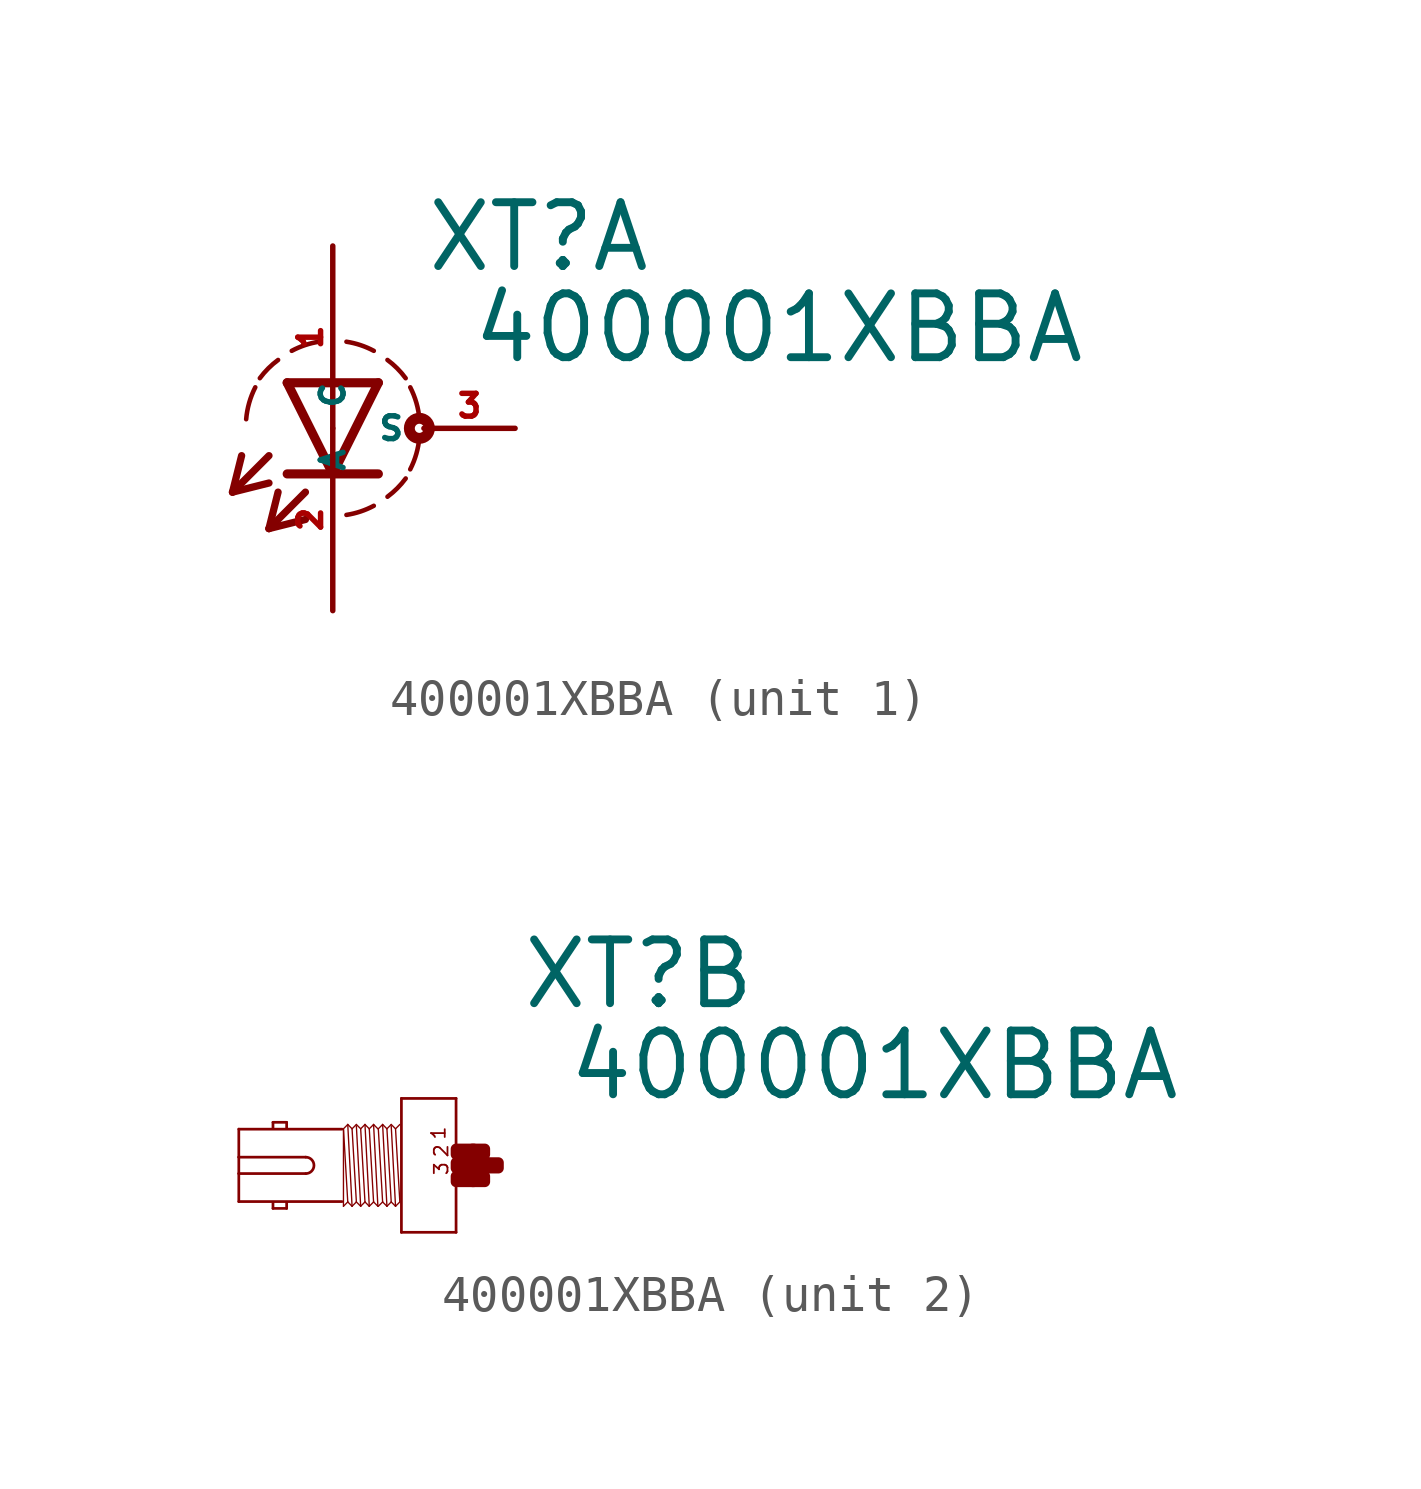
<source format=kicad_sym>
(kicad_symbol_lib
  (version 20220914)
  (generator Eagle2Kicad)
  (symbol "400001XBBA"
    (property "Reference" "XT"
      (at 2.54 4.293 0)
      (effects (font (size 1.778 1.778) (thickness 0.22)) (justify left bottom)))
    (property "Value" "400001XBBA"
      (at 3.81 1.753 0)
      (effects (font (size 1.778 1.778) (thickness 0.22)) (justify left bottom)))
    (symbol "400001XBBA_1_0"
      (polyline (pts (xy -1.27 1.27) (xy 0 -1.27)) (stroke (width 0.254) (type default)) (fill (type none)))
      (polyline (pts (xy 0 -1.27) (xy 1.27 1.27)) (stroke (width 0.254) (type default)) (fill (type none)))
      (polyline (pts (xy 1.27 -1.27) (xy 0 -1.27)) (stroke (width 0.254) (type default)) (fill (type none)))
      (polyline (pts (xy 1.27 1.27) (xy -1.27 1.27)) (stroke (width 0.254) (type default)) (fill (type none)))
      (polyline (pts (xy 0 -1.27) (xy -1.27 -1.27)) (stroke (width 0.254) (type default)) (fill (type none)))
      (polyline (pts (xy -1.778 -0.762) (xy -2.794 -1.778)) (stroke (width 0.203) (type default)) (fill (type none)))
      (polyline (pts (xy -2.794 -1.778) (xy -1.778 -1.524)) (stroke (width 0.203) (type default)) (fill (type none)))
      (polyline (pts (xy -2.794 -1.778) (xy -2.54 -0.762)) (stroke (width 0.203) (type default)) (fill (type none)))
      (polyline (pts (xy -0.762 -1.778) (xy -1.778 -2.794)) (stroke (width 0.203) (type default)) (fill (type none)))
      (polyline (pts (xy -1.778 -2.794) (xy -0.762 -2.54)) (stroke (width 0.203) (type default)) (fill (type none)))
      (polyline (pts (xy -1.778 -2.794) (xy -1.524 -1.778)) (stroke (width 0.203) (type default)) (fill (type none)))
      (arc (start 0.381 -2.413) (mid 0.773 -2.318) (end 1.143 -2.159) (stroke (width 0.127) (type default)) (fill (type none)))
      (arc (start 2.159 -1.143) (mid 2.329 -0.711) (end 2.413 -0.254) (stroke (width 0.127) (type default)) (fill (type none)))
      (arc (start 2.413 0.254) (mid 2.329 0.711) (end 2.159 1.143) (stroke (width 0.127) (type default)) (fill (type none)))
      (arc (start 2.032 1.397) (mid 1.797 1.670) (end 1.524 1.905) (stroke (width 0.127) (type default)) (fill (type none)))
      (arc (start 1.143 2.159) (mid 0.773 2.318) (end 0.381 2.413) (stroke (width 0.127) (type default)) (fill (type none)))
      (arc (start 1.524 -1.905) (mid 1.797 -1.670) (end 2.032 -1.397) (stroke (width 0.127) (type default)) (fill (type none)))
      (arc (start -0.381 2.413) (mid -0.773 2.318) (end -1.143 2.159) (stroke (width 0.127) (type default)) (fill (type none)))
      (arc (start -1.524 1.905) (mid -1.797 1.670) (end -2.032 1.397) (stroke (width 0.127) (type default)) (fill (type none)))
      (arc (start -2.159 1.143) (mid -2.329 0.711) (end -2.413 0.254) (stroke (width 0.127) (type default)) (fill (type none)))
      (circle (center 2.413 0) (radius 0.127) (stroke (width 0.305) (type default)) (fill (type none)))
      (pin passive line (at 0 5.08 270) (length 5.08) (name "A" (effects (font (size 0.635 0.635) (thickness 0.08)) (justify left bottom))) (number "1" (effects (font (size 0.635 0.635) (thickness 0.08)) (justify left bottom))))
      (pin passive line (at 0 -5.08 90) (length 5.08) (name "C" (effects (font (size 0.635 0.635) (thickness 0.08)) (justify left bottom))) (number "2" (effects (font (size 0.635 0.635) (thickness 0.08)) (justify left bottom))))
      (pin passive line (at 5.08 0 180) (length 2.54) (name "S" (effects (font (size 0.635 0.635) (thickness 0.08)) (justify left bottom))) (number "3" (effects (font (size 0.635 0.635) (thickness 0.08)) (justify left bottom)))))
    (symbol "400001XBBA_2_0"
      (polyline (pts (xy 0.762 1.867) (xy 0.762 -1.867)) (stroke (width 0.076) (type default)) (fill (type none)))
      (polyline (pts (xy 0.762 -1.867) (xy -0.762 -1.867)) (stroke (width 0.076) (type default)) (fill (type none)))
      (polyline (pts (xy -0.762 -1.867) (xy -0.762 1.867)) (stroke (width 0.076) (type default)) (fill (type none)))
      (polyline (pts (xy -0.762 1.867) (xy 0.762 1.867)) (stroke (width 0.076) (type default)) (fill (type none)))
      (polyline (pts (xy -2.419 1.01) (xy -5.296 1.01)) (stroke (width 0.076) (type default)) (fill (type none)))
      (polyline (pts (xy -5.296 1.01) (xy -5.296 0.229)) (stroke (width 0.076) (type default)) (fill (type none)))
      (polyline (pts (xy -5.296 0.229) (xy -5.296 -0.229)) (stroke (width 0.076) (type default)) (fill (type none)))
      (polyline (pts (xy -5.296 -0.229) (xy -5.296 -1.01)) (stroke (width 0.076) (type default)) (fill (type none)))
      (polyline (pts (xy -5.296 -1.01) (xy -2.419 -1.01)) (stroke (width 0.076) (type default)) (fill (type none)))
      (polyline (pts (xy -3.962 -1.029) (xy -3.962 -1.2)) (stroke (width 0.076) (type default)) (fill (type none)))
      (polyline (pts (xy -3.962 -1.2) (xy -4.343 -1.2)) (stroke (width 0.076) (type default)) (fill (type none)))
      (polyline (pts (xy -4.343 -1.2) (xy -4.343 -1.029)) (stroke (width 0.076) (type default)) (fill (type none)))
      (polyline (pts (xy -4.343 1.029) (xy -4.343 1.2)) (stroke (width 0.076) (type default)) (fill (type none)))
      (polyline (pts (xy -4.343 1.2) (xy -3.962 1.2)) (stroke (width 0.076) (type default)) (fill (type none)))
      (polyline (pts (xy -3.962 1.2) (xy -3.962 1.029)) (stroke (width 0.076) (type default)) (fill (type none)))
      (polyline (pts (xy -2.258 1.14) (xy -2.138 -1.14)) (stroke (width 0.038) (type default)) (fill (type none)))
      (polyline (pts (xy -2.018 1.099) (xy -1.898 -1.14)) (stroke (width 0.038) (type default)) (fill (type none)))
      (polyline (pts (xy -1.898 1.02) (xy -1.778 -1.02)) (stroke (width 0.038) (type default)) (fill (type none)))
      (polyline (pts (xy -1.778 1.14) (xy -1.658 -1.14)) (stroke (width 0.038) (type default)) (fill (type none)))
      (polyline (pts (xy -1.538 1.14) (xy -1.418 -1.14)) (stroke (width 0.038) (type default)) (fill (type none)))
      (polyline (pts (xy -2.378 -1.14) (xy -2.378 0.999)) (stroke (width 0.038) (type default)) (fill (type none)))
      (polyline (pts (xy -2.378 -1.14) (xy -2.258 -1.02)) (stroke (width 0.038) (type default)) (fill (type none)))
      (polyline (pts (xy -2.258 -1.02) (xy -2.138 -1.14)) (stroke (width 0.038) (type default)) (fill (type none)))
      (polyline (pts (xy -2.138 -1.14) (xy -2.018 -1.02)) (stroke (width 0.038) (type default)) (fill (type none)))
      (polyline (pts (xy -2.018 -1.02) (xy -1.898 -1.14)) (stroke (width 0.038) (type default)) (fill (type none)))
      (polyline (pts (xy -1.898 -1.14) (xy -1.778 -1.02)) (stroke (width 0.038) (type default)) (fill (type none)))
      (polyline (pts (xy -1.778 -1.02) (xy -1.658 -1.14)) (stroke (width 0.038) (type default)) (fill (type none)))
      (polyline (pts (xy -1.658 -1.14) (xy -1.538 -1.02)) (stroke (width 0.038) (type default)) (fill (type none)))
      (polyline (pts (xy -1.538 -1.02) (xy -1.418 -1.14)) (stroke (width 0.038) (type default)) (fill (type none)))
      (polyline (pts (xy -2.378 1.02) (xy -2.258 1.14)) (stroke (width 0.038) (type default)) (fill (type none)))
      (polyline (pts (xy -2.258 1.14) (xy -2.138 1.02)) (stroke (width 0.038) (type default)) (fill (type none)))
      (polyline (pts (xy -2.138 1.02) (xy -2.018 1.14)) (stroke (width 0.038) (type default)) (fill (type none)))
      (polyline (pts (xy -2.018 1.14) (xy -1.898 1.02)) (stroke (width 0.038) (type default)) (fill (type none)))
      (polyline (pts (xy -1.898 1.02) (xy -1.778 1.14)) (stroke (width 0.038) (type default)) (fill (type none)))
      (polyline (pts (xy -1.778 1.14) (xy -1.658 1.02)) (stroke (width 0.038) (type default)) (fill (type none)))
      (polyline (pts (xy -1.658 1.02) (xy -1.538 1.14)) (stroke (width 0.038) (type default)) (fill (type none)))
      (polyline (pts (xy -1.538 1.14) (xy -1.418 1.02)) (stroke (width 0.038) (type default)) (fill (type none)))
      (polyline (pts (xy -2.138 1.02) (xy -2.018 -1.02)) (stroke (width 0.038) (type default)) (fill (type none)))
      (polyline (pts (xy -1.658 1.02) (xy -1.538 -1.02)) (stroke (width 0.038) (type default)) (fill (type none)))
      (polyline (pts (xy -2.378 1.02) (xy -2.258 -1.02)) (stroke (width 0.038) (type default)) (fill (type none)))
      (polyline (pts (xy -1.286 1.14) (xy -1.166 -1.14)) (stroke (width 0.038) (type default)) (fill (type none)))
      (polyline (pts (xy -1.046 1.099) (xy -0.926 -1.14)) (stroke (width 0.038) (type default)) (fill (type none)))
      (polyline (pts (xy -0.926 1.02) (xy -0.806 -1.02)) (stroke (width 0.038) (type default)) (fill (type none)))
      (polyline (pts (xy -1.406 -1.14) (xy -1.286 -1.02)) (stroke (width 0.038) (type default)) (fill (type none)))
      (polyline (pts (xy -1.286 -1.02) (xy -1.166 -1.14)) (stroke (width 0.038) (type default)) (fill (type none)))
      (polyline (pts (xy -1.166 -1.14) (xy -1.046 -1.02)) (stroke (width 0.038) (type default)) (fill (type none)))
      (polyline (pts (xy -1.046 -1.02) (xy -0.926 -1.14)) (stroke (width 0.038) (type default)) (fill (type none)))
      (polyline (pts (xy -0.926 -1.14) (xy -0.806 -1.02)) (stroke (width 0.038) (type default)) (fill (type none)))
      (polyline (pts (xy -1.406 1.02) (xy -1.286 1.14)) (stroke (width 0.038) (type default)) (fill (type none)))
      (polyline (pts (xy -1.286 1.14) (xy -1.166 1.02)) (stroke (width 0.038) (type default)) (fill (type none)))
      (polyline (pts (xy -1.166 1.02) (xy -1.046 1.14)) (stroke (width 0.038) (type default)) (fill (type none)))
      (polyline (pts (xy -1.046 1.14) (xy -0.926 1.02)) (stroke (width 0.038) (type default)) (fill (type none)))
      (polyline (pts (xy -0.926 1.02) (xy -0.806 1.14)) (stroke (width 0.038) (type default)) (fill (type none)))
      (polyline (pts (xy -1.166 1.02) (xy -1.046 -1.02)) (stroke (width 0.038) (type default)) (fill (type none)))
      (polyline (pts (xy -1.406 1.02) (xy -1.286 -1.02)) (stroke (width 0.038) (type default)) (fill (type none)))
      (polyline (pts (xy -5.296 -0.229) (xy -3.429 -0.229)) (stroke (width 0.076) (type default)) (fill (type none)))
      (polyline (pts (xy -3.429 0.229) (xy -5.296 0.229)) (stroke (width 0.076) (type default)) (fill (type none)))
      (arc (start -3.429 -0.2286) (mid -3.200 0.000) (end -3.429 0.2286) (stroke (width 0.0762) (type default)) (fill (type none)))
      (text "1" (at 0.495 0.686 1800) (effects (font (size 0.381 0.381) (thickness 0.05)) (justify left bottom)))
      (text "3" (at 0.572 -0.305 1800) (effects (font (size 0.381 0.381) (thickness 0.05)) (justify left bottom)))
      (text "2" (at 0.572 0.191 1800) (effects (font (size 0.381 0.381) (thickness 0.05)) (justify left bottom)))
      (rectangle (start 0.762 -0.457) (end 1.257 -0.305) (stroke (width 0.3) (type default)) (fill (type outline)))
      (rectangle (start 0.762 -0.076) (end 1.638 0.076) (stroke (width 0.3) (type default)) (fill (type outline)))
      (rectangle (start 1.219 -0.457) (end 1.562 -0.305) (stroke (width 0.3) (type default)) (fill (type outline)))
      (rectangle (start 1.6 -0.076) (end 1.943 0.076) (stroke (width 0.3) (type default)) (fill (type outline)))
      (rectangle (start 1.219 0.305) (end 1.562 0.457) (stroke (width 0.3) (type default)) (fill (type outline)))
      (rectangle (start 0.762 0.305) (end 1.257 0.457) (stroke (width 0.3) (type default)) (fill (type outline))))))
</source>
